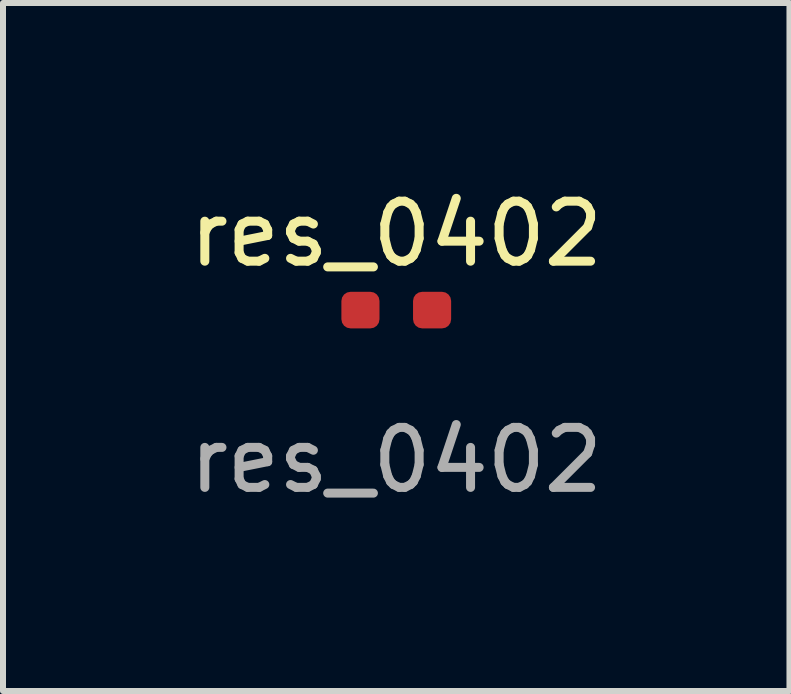
<source format=kicad_pcb>
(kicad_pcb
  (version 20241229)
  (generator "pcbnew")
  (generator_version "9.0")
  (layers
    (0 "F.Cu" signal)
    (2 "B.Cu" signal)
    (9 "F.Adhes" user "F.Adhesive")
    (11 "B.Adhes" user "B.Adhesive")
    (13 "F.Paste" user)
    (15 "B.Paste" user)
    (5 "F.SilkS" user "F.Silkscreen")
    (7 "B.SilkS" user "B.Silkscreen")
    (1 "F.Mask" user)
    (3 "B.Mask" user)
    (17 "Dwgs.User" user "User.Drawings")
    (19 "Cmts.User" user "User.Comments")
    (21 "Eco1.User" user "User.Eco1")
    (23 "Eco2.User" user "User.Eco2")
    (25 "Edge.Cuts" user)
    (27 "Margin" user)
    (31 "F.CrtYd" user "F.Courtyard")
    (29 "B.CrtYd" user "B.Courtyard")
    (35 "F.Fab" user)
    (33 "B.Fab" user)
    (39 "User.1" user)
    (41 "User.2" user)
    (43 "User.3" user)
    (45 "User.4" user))
  (footprint "res_0402"
    (layer "F.Cu")
    (at 3.554 2.118)
    (property "Reference" "res_0402" (at 0 -1.27 0) (unlocked yes) (layer "F.SilkS") (effects (font (size 1 1) (thickness 0.15))))
    (attr through_hole)
    (fp_text user "${REFERENCE}" (at 0 2.5 0) (unlocked yes) (layer "F.Fab") (effects (font (size 1 1) (thickness 0.15))))
    (pad "1" smd roundrect (at -0.597 0) (size 0.635 0.61) (layers "F.Cu" "F.Mask" "F.Paste") (roundrect_rratio 0.25))
    (pad "2" smd roundrect (at 0.597 0) (size 0.635 0.61) (layers "F.Cu" "F.Mask" "F.Paste") (roundrect_rratio 0.25)))
  (gr_rect
    (start -3 -3)
    (end 10.107 8.466)
    (stroke (width 0.1) (type default))
    (fill no)
    (layer "Edge.Cuts")))
</source>
